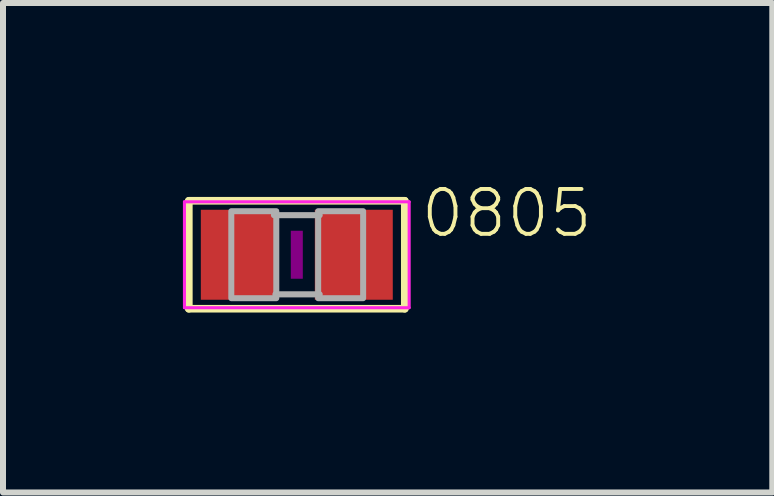
<source format=kicad_pcb>
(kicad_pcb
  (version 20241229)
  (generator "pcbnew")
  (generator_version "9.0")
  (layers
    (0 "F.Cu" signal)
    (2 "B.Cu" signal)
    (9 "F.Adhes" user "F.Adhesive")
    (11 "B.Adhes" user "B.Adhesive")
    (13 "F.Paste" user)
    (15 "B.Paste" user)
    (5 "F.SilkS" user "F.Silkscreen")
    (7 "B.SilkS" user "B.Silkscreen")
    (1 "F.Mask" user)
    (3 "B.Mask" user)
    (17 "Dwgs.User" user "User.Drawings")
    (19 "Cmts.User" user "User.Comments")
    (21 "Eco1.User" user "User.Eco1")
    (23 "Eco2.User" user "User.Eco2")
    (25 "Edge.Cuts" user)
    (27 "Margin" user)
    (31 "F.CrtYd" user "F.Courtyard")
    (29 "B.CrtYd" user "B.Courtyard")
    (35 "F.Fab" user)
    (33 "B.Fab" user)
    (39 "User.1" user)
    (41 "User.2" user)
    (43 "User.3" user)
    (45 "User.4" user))
  (footprint "0805"
    (layer "F.Cu")
    (at 1.898 1.197)
    (property "Reference" "0805" (at 2.032 -0.254 0) (unlocked yes) (layer "F.SilkS") (effects (font (size 0.748 0.748) (thickness 0.065)) (justify left bottom)))
    (fp_line (start -1.8 -0.9) (end 1.8 -0.9) (stroke (width 0.127) (type solid)) (layer "F.SilkS"))
    (fp_line (start -1.8 0.9) (end -1.8 -0.9) (stroke (width 0.127) (type solid)) (layer "F.SilkS"))
    (fp_line (start 1.8 -0.9) (end 1.8 0.9) (stroke (width 0.127) (type solid)) (layer "F.SilkS"))
    (fp_line (start 1.8 0.9) (end -1.8 0.9) (stroke (width 0.127) (type solid)) (layer "F.SilkS"))
    (fp_poly (pts (xy -0.1 0.4) (xy 0.1 0.4) (xy 0.1 -0.4) (xy -0.1 -0.4)) (stroke (width 0) (type default)) (fill yes) (layer "F.Adhes"))
    (fp_line (start -1.873 -0.883) (end 1.873 -0.883) (stroke (width 0.051) (type solid)) (layer "F.CrtYd"))
    (fp_line (start -1.873 0.883) (end -1.873 -0.883) (stroke (width 0.051) (type solid)) (layer "F.CrtYd"))
    (fp_line (start 1.873 -0.883) (end 1.873 0.883) (stroke (width 0.051) (type solid)) (layer "F.CrtYd"))
    (fp_line (start 1.873 0.883) (end -1.873 0.883) (stroke (width 0.051) (type solid)) (layer "F.CrtYd"))
    (fp_line (start -0.381 -0.66) (end 0.381 -0.66) (stroke (width 0.102) (type solid)) (layer "F.Fab"))
    (fp_line (start -0.356 0.66) (end 0.381 0.66) (stroke (width 0.102) (type solid)) (layer "F.Fab"))
    (fp_poly (pts (xy -1.092 0.724) (xy -0.342 0.724) (xy -0.342 -0.726) (xy -1.092 -0.726)) (stroke (width 0.1) (type default)) (fill no) (layer "F.Fab"))
    (fp_poly (pts (xy 0.356 0.724) (xy 1.106 0.724) (xy 1.106 -0.726) (xy 0.356 -0.726)) (stroke (width 0.1) (type default)) (fill no) (layer "F.Fab"))
    (pad "1" smd rect (at -0.95 0) (size 1.3 1.5) (layers "F.Cu" "F.Mask" "F.Paste"))
    (pad "2" smd rect (at 0.95 0) (size 1.3 1.5) (layers "F.Cu" "F.Mask" "F.Paste")))
  (gr_rect
    (start -3 -3)
    (end 9.825 5.16)
    (stroke (width 0.1) (type default))
    (fill no)
    (layer "Edge.Cuts")))
</source>
